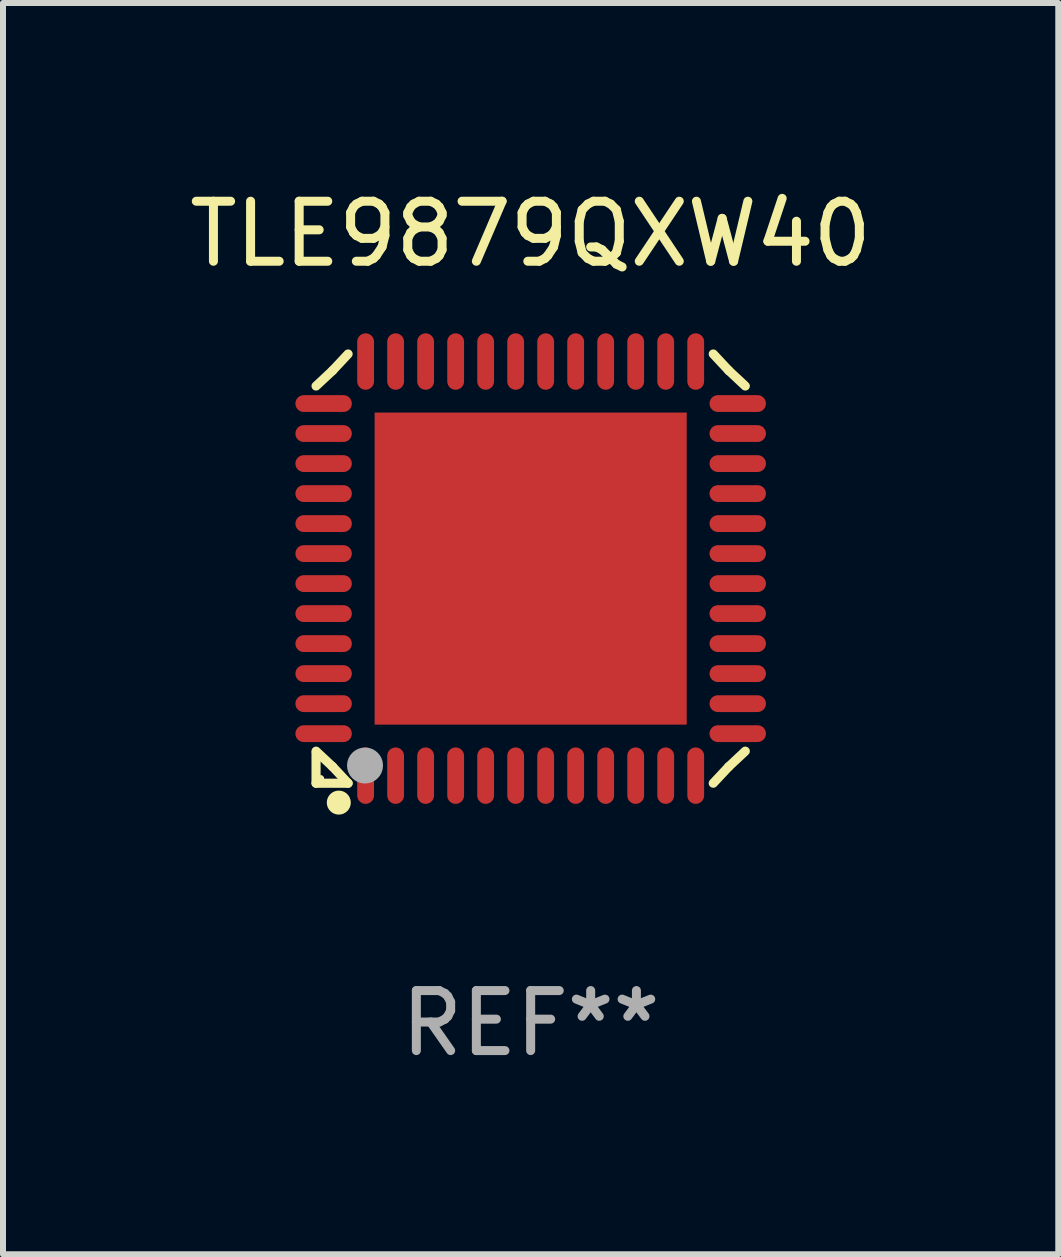
<source format=kicad_pcb>
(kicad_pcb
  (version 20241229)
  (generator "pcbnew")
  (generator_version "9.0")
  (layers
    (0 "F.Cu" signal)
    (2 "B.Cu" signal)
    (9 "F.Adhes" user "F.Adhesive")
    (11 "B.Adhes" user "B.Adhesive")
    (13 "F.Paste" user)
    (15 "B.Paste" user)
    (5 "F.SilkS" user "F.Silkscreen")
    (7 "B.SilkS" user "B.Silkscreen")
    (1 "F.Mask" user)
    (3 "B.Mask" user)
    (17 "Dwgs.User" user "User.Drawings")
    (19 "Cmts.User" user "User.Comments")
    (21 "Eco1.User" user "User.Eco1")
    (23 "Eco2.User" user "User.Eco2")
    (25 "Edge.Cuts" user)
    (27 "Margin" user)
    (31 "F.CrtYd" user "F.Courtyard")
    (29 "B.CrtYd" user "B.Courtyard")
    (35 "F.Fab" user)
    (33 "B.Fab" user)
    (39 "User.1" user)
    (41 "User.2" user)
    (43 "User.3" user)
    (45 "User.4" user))
  (footprint "TLE9879QXW40"
    (layer "F.Cu")
    (at 5.792 6.424)
    (property "Reference" "TLE9879QXW40" (at 0 -5.576 0) (layer "F.SilkS") (effects (font (size 1 1) (thickness 0.15))))
    (attr through_hole)
    (fp_line (start -3.576 3.07) (end -3.576 3.576) (stroke (width 0.152) (type solid)) (layer "F.SilkS"))
    (fp_line (start -3.576 3.576) (end -3.042 3.576) (stroke (width 0.152) (type solid)) (layer "F.SilkS"))
    (fp_line (start -3.3 -3.3) (end -3.576 -3.042) (stroke (width 0.152) (type solid)) (layer "F.SilkS"))
    (fp_line (start -3.3 3.3) (end -3.576 3.042) (stroke (width 0.152) (type solid)) (layer "F.SilkS"))
    (fp_line (start -3.042 -3.576) (end -3.3 -3.3) (stroke (width 0.152) (type solid)) (layer "F.SilkS"))
    (fp_line (start -3.042 3.576) (end -3.3 3.3) (stroke (width 0.152) (type solid)) (layer "F.SilkS"))
    (fp_line (start 3.042 -3.576) (end 3.3 -3.3) (stroke (width 0.152) (type solid)) (layer "F.SilkS"))
    (fp_line (start 3.042 3.576) (end 3.3 3.3) (stroke (width 0.152) (type solid)) (layer "F.SilkS"))
    (fp_line (start 3.3 -3.3) (end 3.576 -3.042) (stroke (width 0.152) (type solid)) (layer "F.SilkS"))
    (fp_line (start 3.3 3.3) (end 3.576 3.042) (stroke (width 0.152) (type solid)) (layer "F.SilkS"))
    (fp_circle (center -3.5 3.5) (end -3.47 3.5) (stroke (width 0.06) (type solid)) (fill no) (layer "F.SilkS"))
    (fp_circle (center -3.197 3.899) (end -3.097 3.899) (stroke (width 0.2) (type solid)) (fill no) (layer "F.SilkS"))
    (fp_circle (center -2.76 3.281) (end -2.61 3.281) (stroke (width 0.3) (type solid)) (fill no) (layer "F.Fab"))
    (fp_text user "REF**" (at 0 7.576 0) (layer "F.Fab") (effects (font (size 1 1) (thickness 0.15))))
    (pad "1" smd oval (at -2.75 3.45 90) (size 0.94 0.28) (layers "F.Cu" "F.Mask" "F.Paste"))
    (pad "2" smd oval (at -2.25 3.45 90) (size 0.94 0.28) (layers "F.Cu" "F.Mask" "F.Paste"))
    (pad "3" smd oval (at -1.75 3.45 90) (size 0.94 0.28) (layers "F.Cu" "F.Mask" "F.Paste"))
    (pad "4" smd oval (at -1.25 3.45 90) (size 0.94 0.28) (layers "F.Cu" "F.Mask" "F.Paste"))
    (pad "5" smd oval (at -0.75 3.45 90) (size 0.94 0.28) (layers "F.Cu" "F.Mask" "F.Paste"))
    (pad "6" smd oval (at -0.25 3.45 90) (size 0.94 0.28) (layers "F.Cu" "F.Mask" "F.Paste"))
    (pad "7" smd oval (at 0.25 3.45 90) (size 0.94 0.28) (layers "F.Cu" "F.Mask" "F.Paste"))
    (pad "8" smd oval (at 0.75 3.45 90) (size 0.94 0.28) (layers "F.Cu" "F.Mask" "F.Paste"))
    (pad "9" smd oval (at 1.25 3.45 90) (size 0.94 0.28) (layers "F.Cu" "F.Mask" "F.Paste"))
    (pad "10" smd oval (at 1.75 3.45 90) (size 0.94 0.28) (layers "F.Cu" "F.Mask" "F.Paste"))
    (pad "11" smd oval (at 2.25 3.45 90) (size 0.94 0.28) (layers "F.Cu" "F.Mask" "F.Paste"))
    (pad "12" smd oval (at 2.75 3.45 90) (size 0.94 0.28) (layers "F.Cu" "F.Mask" "F.Paste"))
    (pad "13" smd oval (at 3.45 2.75 90) (size 0.28 0.94) (layers "F.Cu" "F.Mask" "F.Paste"))
    (pad "14" smd oval (at 3.45 2.25 90) (size 0.28 0.94) (layers "F.Cu" "F.Mask" "F.Paste"))
    (pad "15" smd oval (at 3.45 1.75 90) (size 0.28 0.94) (layers "F.Cu" "F.Mask" "F.Paste"))
    (pad "16" smd oval (at 3.45 1.25 90) (size 0.28 0.94) (layers "F.Cu" "F.Mask" "F.Paste"))
    (pad "17" smd oval (at 3.45 0.75 90) (size 0.28 0.94) (layers "F.Cu" "F.Mask" "F.Paste"))
    (pad "18" smd oval (at 3.45 0.25 90) (size 0.28 0.94) (layers "F.Cu" "F.Mask" "F.Paste"))
    (pad "19" smd oval (at 3.45 -0.25 90) (size 0.28 0.94) (layers "F.Cu" "F.Mask" "F.Paste"))
    (pad "20" smd oval (at 3.45 -0.75 90) (size 0.28 0.94) (layers "F.Cu" "F.Mask" "F.Paste"))
    (pad "21" smd oval (at 3.45 -1.25 90) (size 0.28 0.94) (layers "F.Cu" "F.Mask" "F.Paste"))
    (pad "22" smd oval (at 3.45 -1.75 90) (size 0.28 0.94) (layers "F.Cu" "F.Mask" "F.Paste"))
    (pad "23" smd oval (at 3.45 -2.25 90) (size 0.28 0.94) (layers "F.Cu" "F.Mask" "F.Paste"))
    (pad "24" smd oval (at 3.45 -2.75 90) (size 0.28 0.94) (layers "F.Cu" "F.Mask" "F.Paste"))
    (pad "25" smd oval (at 2.75 -3.45 90) (size 0.94 0.28) (layers "F.Cu" "F.Mask" "F.Paste"))
    (pad "26" smd oval (at 2.25 -3.45 90) (size 0.94 0.28) (layers "F.Cu" "F.Mask" "F.Paste"))
    (pad "27" smd oval (at 1.75 -3.45 90) (size 0.94 0.28) (layers "F.Cu" "F.Mask" "F.Paste"))
    (pad "28" smd oval (at 1.25 -3.45 90) (size 0.94 0.28) (layers "F.Cu" "F.Mask" "F.Paste"))
    (pad "29" smd oval (at 0.75 -3.45 90) (size 0.94 0.28) (layers "F.Cu" "F.Mask" "F.Paste"))
    (pad "30" smd oval (at 0.25 -3.45 90) (size 0.94 0.28) (layers "F.Cu" "F.Mask" "F.Paste"))
    (pad "31" smd oval (at -0.25 -3.45 90) (size 0.94 0.28) (layers "F.Cu" "F.Mask" "F.Paste"))
    (pad "32" smd oval (at -0.75 -3.45 90) (size 0.94 0.28) (layers "F.Cu" "F.Mask" "F.Paste"))
    (pad "33" smd oval (at -1.25 -3.45 90) (size 0.94 0.28) (layers "F.Cu" "F.Mask" "F.Paste"))
    (pad "34" smd oval (at -1.75 -3.45 90) (size 0.94 0.28) (layers "F.Cu" "F.Mask" "F.Paste"))
    (pad "35" smd oval (at -2.25 -3.45 90) (size 0.94 0.28) (layers "F.Cu" "F.Mask" "F.Paste"))
    (pad "36" smd oval (at -2.75 -3.45 90) (size 0.94 0.28) (layers "F.Cu" "F.Mask" "F.Paste"))
    (pad "37" smd oval (at -3.45 -2.75 90) (size 0.28 0.94) (layers "F.Cu" "F.Mask" "F.Paste"))
    (pad "38" smd oval (at -3.45 -2.25 90) (size 0.28 0.94) (layers "F.Cu" "F.Mask" "F.Paste"))
    (pad "39" smd oval (at -3.45 -1.75 90) (size 0.28 0.94) (layers "F.Cu" "F.Mask" "F.Paste"))
    (pad "40" smd oval (at -3.45 -1.25 90) (size 0.28 0.94) (layers "F.Cu" "F.Mask" "F.Paste"))
    (pad "41" smd oval (at -3.45 -0.75 90) (size 0.28 0.94) (layers "F.Cu" "F.Mask" "F.Paste"))
    (pad "42" smd oval (at -3.45 -0.25 90) (size 0.28 0.94) (layers "F.Cu" "F.Mask" "F.Paste"))
    (pad "43" smd oval (at -3.45 0.25 90) (size 0.28 0.94) (layers "F.Cu" "F.Mask" "F.Paste"))
    (pad "44" smd oval (at -3.45 0.75 90) (size 0.28 0.94) (layers "F.Cu" "F.Mask" "F.Paste"))
    (pad "45" smd oval (at -3.45 1.25 90) (size 0.28 0.94) (layers "F.Cu" "F.Mask" "F.Paste"))
    (pad "46" smd oval (at -3.45 1.75 90) (size 0.28 0.94) (layers "F.Cu" "F.Mask" "F.Paste"))
    (pad "47" smd oval (at -3.45 2.25 90) (size 0.28 0.94) (layers "F.Cu" "F.Mask" "F.Paste"))
    (pad "48" smd oval (at -3.45 2.75 90) (size 0.28 0.94) (layers "F.Cu" "F.Mask" "F.Paste"))
    (pad "49" smd rect (at -0.000076 -0.000089 90) (size 5.2 5.2) (layers "F.Cu" "F.Mask" "F.Paste")))
  (gr_rect
    (start -3 -3)
    (end 14.583 17.849)
    (stroke (width 0.1) (type default))
    (fill no)
    (layer "Edge.Cuts")))
</source>
